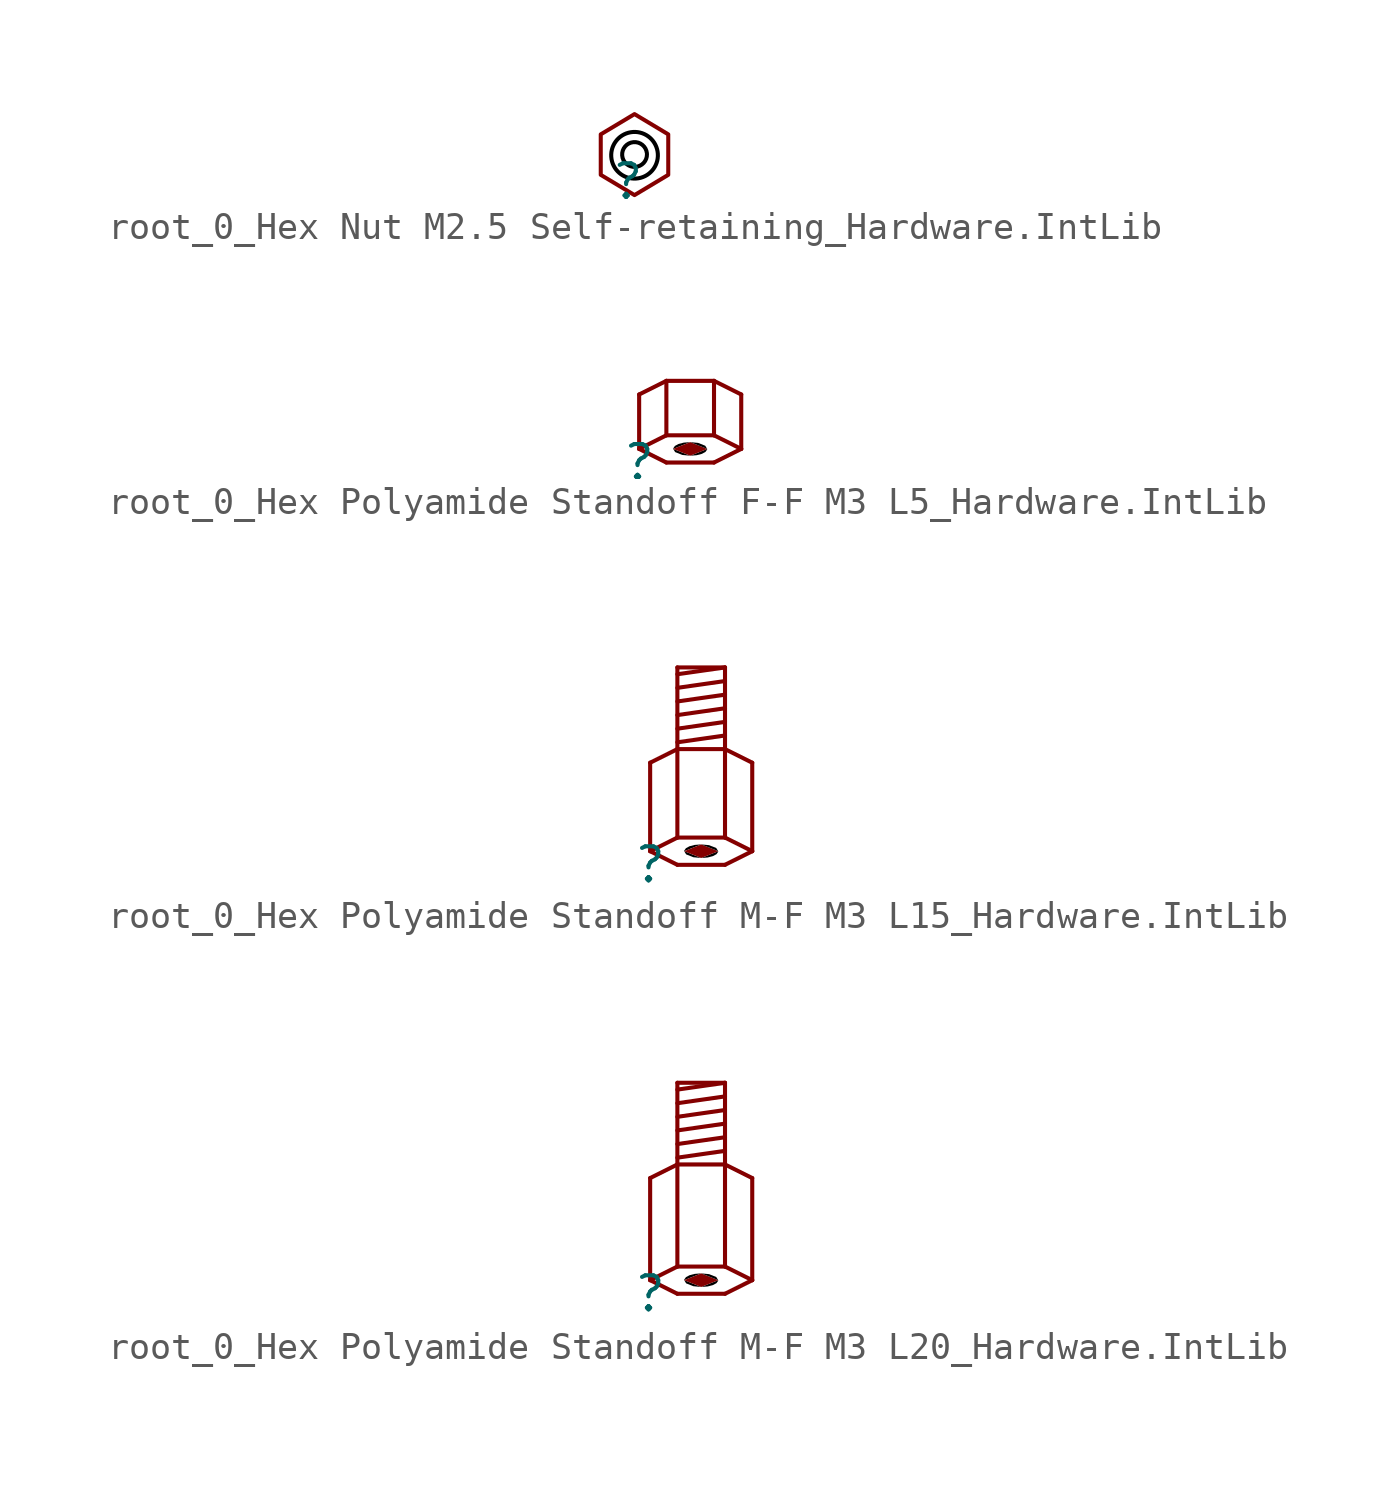
<source format=kicad_sym>
(kicad_symbol_lib
  (version 20241209)
  (generator "kicad_symbol_editor")
  (generator_version "9.0")
  (symbol "root_0_Hex Nut M2.5 Self-retaining_Hardware.IntLib"
    (pin_numbers
      (hide yes))
    (pin_names
      (hide yes))
    (property "Reference" ""
      (at 0 0 0)
      (effects (font (size 1.27 1.27))))
    (property "Value" ""
      (at 0 0 0)
      (effects (font (size 1.27 1.27))))
    (symbol "root_0_Hex Nut M2.5 Self-retaining_Hardware.IntLib_1_0"
      (polyline (pts (xy 0.254 2.54) (xy -1.016 1.778) (xy -1.016 0.254) (xy 0.254 -0.508) (xy 1.524 0.254) (xy 1.524 1.778) (xy 0.254 2.54)) (stroke (width 0) (type solid)) (fill (type none)))
      (arc (start 0.7227 1.0334) (mid -0.2137 0.9809) (end 0.72 1.0687) (stroke (width 0) (type solid) (color 0 0 0 1)) (fill (type none)))
      (arc (start 1.1219 1.1348) (mid -0.6139 0.8969) (end 1.1218 1.1354) (stroke (width 0) (type solid) (color 0 0 0 1)) (fill (type none)))))
  (symbol "root_0_Hex Polyamide Standoff F-F M3 L5_Hardware.IntLib"
    (pin_numbers
      (hide yes))
    (pin_names
      (hide yes))
    (property "Reference" ""
      (at 0 0 0)
      (effects (font (size 1.27 1.27))))
    (property "Value" ""
      (at 0 0 0)
      (effects (font (size 1.27 1.27))))
    (symbol "root_0_Hex Polyamide Standoff F-F M3 L5_Hardware.IntLib_1_0"
      (polyline (pts (xy 0 2.54) (xy 0 0.508)) (stroke (width 0) (type solid)) (fill (type none)))
      (polyline (pts (xy 0 0.508) (xy 1.016 0)) (stroke (width 0) (type solid)) (fill (type none)))
      (polyline (pts (xy 1.016 3.048) (xy 0 2.54)) (stroke (width 0) (type solid)) (fill (type none)))
      (polyline (pts (xy 1.016 3.048) (xy 1.016 1.016)) (stroke (width 0) (type solid)) (fill (type none)))
      (polyline (pts (xy 1.016 1.016) (xy 0 0.508)) (stroke (width 0) (type solid)) (fill (type none)))
      (bezier (pts (xy 1.27 0.508) (xy 1.27 0.368) (xy 1.554 0.254) (xy 1.905 0.254)) (stroke (width -0.0001) (type solid) (color 0 0 0 1)) (fill (type outline)))
      (bezier (pts (xy 1.905 0.762) (xy 1.554 0.762) (xy 1.27 0.648) (xy 1.27 0.508)) (stroke (width -0.0001) (type solid) (color 0 0 0 1)) (fill (type outline)))
      (bezier (pts (xy 1.905 0.254) (xy 2.256 0.254) (xy 2.54 0.368) (xy 2.54 0.508)) (stroke (width -0.0001) (type solid) (color 0 0 0 1)) (fill (type outline)))
      (polyline (pts (xy 2.54 0.508) (xy 1.905 0.762) (xy 1.27 0.508) (xy 1.905 0.254) (xy 2.54 0.508)) (stroke (width -0.0001) (type default)) (fill (type outline)))
      (bezier (pts (xy 2.54 0.508) (xy 2.54 0.648) (xy 2.256 0.762) (xy 1.905 0.762)) (stroke (width -0.0001) (type solid) (color 0 0 0 1)) (fill (type outline)))
      (polyline (pts (xy 2.794 3.048) (xy 1.016 3.048)) (stroke (width 0) (type solid)) (fill (type none)))
      (polyline (pts (xy 2.794 3.048) (xy 2.794 1.016)) (stroke (width 0) (type solid)) (fill (type none)))
      (polyline (pts (xy 2.794 3.048) (xy 3.81 2.54)) (stroke (width 0) (type solid)) (fill (type none)))
      (polyline (pts (xy 2.794 1.016) (xy 1.016 1.016)) (stroke (width 0) (type solid)) (fill (type none)))
      (polyline (pts (xy 2.794 1.016) (xy 3.81 0.508)) (stroke (width 0) (type solid)) (fill (type none)))
      (polyline (pts (xy 2.794 0) (xy 1.016 0)) (stroke (width 0) (type solid)) (fill (type none)))
      (polyline (pts (xy 3.81 2.54) (xy 3.81 0.508)) (stroke (width 0) (type solid)) (fill (type none)))
      (polyline (pts (xy 3.81 0.508) (xy 2.794 0)) (stroke (width 0) (type solid)) (fill (type none)))))
  (symbol "root_0_Hex Polyamide Standoff M-F M3 L15_Hardware.IntLib"
    (pin_numbers
      (hide yes))
    (pin_names
      (hide yes))
    (property "Reference" ""
      (at 0 0 0)
      (effects (font (size 1.27 1.27))))
    (property "Value" ""
      (at 0 0 0)
      (effects (font (size 1.27 1.27))))
    (symbol "root_0_Hex Polyamide Standoff M-F M3 L15_Hardware.IntLib_1_0"
      (polyline (pts (xy 0 3.81) (xy 0 0.508)) (stroke (width 0) (type solid)) (fill (type none)))
      (polyline (pts (xy 0 0.508) (xy 1.016 0)) (stroke (width 0) (type solid)) (fill (type none)))
      (polyline (pts (xy 1.016 7.366) (xy 1.016 4.318)) (stroke (width 0) (type solid)) (fill (type none)))
      (polyline (pts (xy 1.016 4.318) (xy 0 3.81)) (stroke (width 0) (type solid)) (fill (type none)))
      (polyline (pts (xy 1.016 4.318) (xy 1.016 1.016)) (stroke (width 0) (type solid)) (fill (type none)))
      (polyline (pts (xy 1.016 1.016) (xy 0 0.508)) (stroke (width 0) (type solid)) (fill (type none)))
      (bezier (pts (xy 1.27 0.508) (xy 1.27 0.368) (xy 1.554 0.254) (xy 1.905 0.254)) (stroke (width -0.0001) (type solid) (color 0 0 0 1)) (fill (type outline)))
      (bezier (pts (xy 1.905 0.762) (xy 1.554 0.762) (xy 1.27 0.648) (xy 1.27 0.508)) (stroke (width -0.0001) (type solid) (color 0 0 0 1)) (fill (type outline)))
      (bezier (pts (xy 1.905 0.254) (xy 2.256 0.254) (xy 2.54 0.368) (xy 2.54 0.508)) (stroke (width -0.0001) (type solid) (color 0 0 0 1)) (fill (type outline)))
      (polyline (pts (xy 2.54 0.508) (xy 1.905 0.762) (xy 1.27 0.508) (xy 1.905 0.254) (xy 2.54 0.508)) (stroke (width -0.0001) (type default)) (fill (type outline)))
      (bezier (pts (xy 2.54 0.508) (xy 2.54 0.648) (xy 2.256 0.762) (xy 1.905 0.762)) (stroke (width -0.0001) (type solid) (color 0 0 0 1)) (fill (type outline)))
      (polyline (pts (xy 2.794 7.366) (xy 1.016 7.366)) (stroke (width 0) (type solid)) (fill (type none)))
      (polyline (pts (xy 2.794 7.366) (xy 1.016 7.112)) (stroke (width 0) (type solid)) (fill (type none)))
      (polyline (pts (xy 2.794 7.366) (xy 2.794 4.318)) (stroke (width 0) (type solid)) (fill (type none)))
      (polyline (pts (xy 2.794 6.858) (xy 1.016 6.604)) (stroke (width 0) (type solid)) (fill (type none)))
      (polyline (pts (xy 2.794 6.35) (xy 1.016 6.096)) (stroke (width 0) (type solid)) (fill (type none)))
      (polyline (pts (xy 2.794 5.842) (xy 1.016 5.588)) (stroke (width 0) (type solid)) (fill (type none)))
      (polyline (pts (xy 2.794 5.334) (xy 1.016 5.08)) (stroke (width 0) (type solid)) (fill (type none)))
      (polyline (pts (xy 2.794 4.826) (xy 1.016 4.572)) (stroke (width 0) (type solid)) (fill (type none)))
      (polyline (pts (xy 2.794 4.318) (xy 1.016 4.318)) (stroke (width 0) (type solid)) (fill (type none)))
      (polyline (pts (xy 2.794 4.318) (xy 2.794 1.016)) (stroke (width 0) (type solid)) (fill (type none)))
      (polyline (pts (xy 2.794 4.318) (xy 3.81 3.81)) (stroke (width 0) (type solid)) (fill (type none)))
      (polyline (pts (xy 2.794 1.016) (xy 1.016 1.016)) (stroke (width 0) (type solid)) (fill (type none)))
      (polyline (pts (xy 2.794 1.016) (xy 3.81 0.508)) (stroke (width 0) (type solid)) (fill (type none)))
      (polyline (pts (xy 2.794 0) (xy 1.016 0)) (stroke (width 0) (type solid)) (fill (type none)))
      (polyline (pts (xy 3.81 3.81) (xy 3.81 0.508)) (stroke (width 0) (type solid)) (fill (type none)))
      (polyline (pts (xy 3.81 0.508) (xy 2.794 0)) (stroke (width 0) (type solid)) (fill (type none)))))
  (symbol "root_0_Hex Polyamide Standoff M-F M3 L20_Hardware.IntLib"
    (pin_numbers
      (hide yes))
    (pin_names
      (hide yes))
    (property "Reference" ""
      (at 0 0 0)
      (effects (font (size 1.27 1.27))))
    (property "Value" ""
      (at 0 0 0)
      (effects (font (size 1.27 1.27))))
    (symbol "root_0_Hex Polyamide Standoff M-F M3 L20_Hardware.IntLib_1_0"
      (polyline (pts (xy 0 4.318) (xy 0 0.508)) (stroke (width 0) (type solid)) (fill (type none)))
      (polyline (pts (xy 0 0.508) (xy 1.016 0)) (stroke (width 0) (type solid)) (fill (type none)))
      (polyline (pts (xy 1.016 7.874) (xy 1.016 4.826)) (stroke (width 0) (type solid)) (fill (type none)))
      (polyline (pts (xy 1.016 4.826) (xy 0 4.318)) (stroke (width 0) (type solid)) (fill (type none)))
      (polyline (pts (xy 1.016 4.826) (xy 1.016 1.016)) (stroke (width 0) (type solid)) (fill (type none)))
      (polyline (pts (xy 1.016 1.016) (xy 0 0.508)) (stroke (width 0) (type solid)) (fill (type none)))
      (bezier (pts (xy 1.27 0.508) (xy 1.27 0.368) (xy 1.554 0.254) (xy 1.905 0.254)) (stroke (width -0.0001) (type solid) (color 0 0 0 1)) (fill (type outline)))
      (bezier (pts (xy 1.905 0.762) (xy 1.554 0.762) (xy 1.27 0.648) (xy 1.27 0.508)) (stroke (width -0.0001) (type solid) (color 0 0 0 1)) (fill (type outline)))
      (bezier (pts (xy 1.905 0.254) (xy 2.256 0.254) (xy 2.54 0.368) (xy 2.54 0.508)) (stroke (width -0.0001) (type solid) (color 0 0 0 1)) (fill (type outline)))
      (polyline (pts (xy 2.54 0.508) (xy 1.905 0.762) (xy 1.27 0.508) (xy 1.905 0.254) (xy 2.54 0.508)) (stroke (width -0.0001) (type default)) (fill (type outline)))
      (bezier (pts (xy 2.54 0.508) (xy 2.54 0.648) (xy 2.256 0.762) (xy 1.905 0.762)) (stroke (width -0.0001) (type solid) (color 0 0 0 1)) (fill (type outline)))
      (polyline (pts (xy 2.794 7.874) (xy 1.016 7.874)) (stroke (width 0) (type solid)) (fill (type none)))
      (polyline (pts (xy 2.794 7.874) (xy 1.016 7.62)) (stroke (width 0) (type solid)) (fill (type none)))
      (polyline (pts (xy 2.794 7.874) (xy 2.794 4.826)) (stroke (width 0) (type solid)) (fill (type none)))
      (polyline (pts (xy 2.794 7.366) (xy 1.016 7.112)) (stroke (width 0) (type solid)) (fill (type none)))
      (polyline (pts (xy 2.794 6.858) (xy 1.016 6.604)) (stroke (width 0) (type solid)) (fill (type none)))
      (polyline (pts (xy 2.794 6.35) (xy 1.016 6.096)) (stroke (width 0) (type solid)) (fill (type none)))
      (polyline (pts (xy 2.794 5.842) (xy 1.016 5.588)) (stroke (width 0) (type solid)) (fill (type none)))
      (polyline (pts (xy 2.794 5.334) (xy 1.016 5.08)) (stroke (width 0) (type solid)) (fill (type none)))
      (polyline (pts (xy 2.794 4.826) (xy 1.016 4.826)) (stroke (width 0) (type solid)) (fill (type none)))
      (polyline (pts (xy 2.794 4.826) (xy 2.794 1.016)) (stroke (width 0) (type solid)) (fill (type none)))
      (polyline (pts (xy 2.794 4.826) (xy 3.81 4.318)) (stroke (width 0) (type solid)) (fill (type none)))
      (polyline (pts (xy 2.794 1.016) (xy 1.016 1.016)) (stroke (width 0) (type solid)) (fill (type none)))
      (polyline (pts (xy 2.794 1.016) (xy 3.81 0.508)) (stroke (width 0) (type solid)) (fill (type none)))
      (polyline (pts (xy 2.794 0) (xy 1.016 0)) (stroke (width 0) (type solid)) (fill (type none)))
      (polyline (pts (xy 3.81 4.318) (xy 3.81 0.508)) (stroke (width 0) (type solid)) (fill (type none)))
      (polyline (pts (xy 3.81 0.508) (xy 2.794 0)) (stroke (width 0) (type solid)) (fill (type none))))))
</source>
